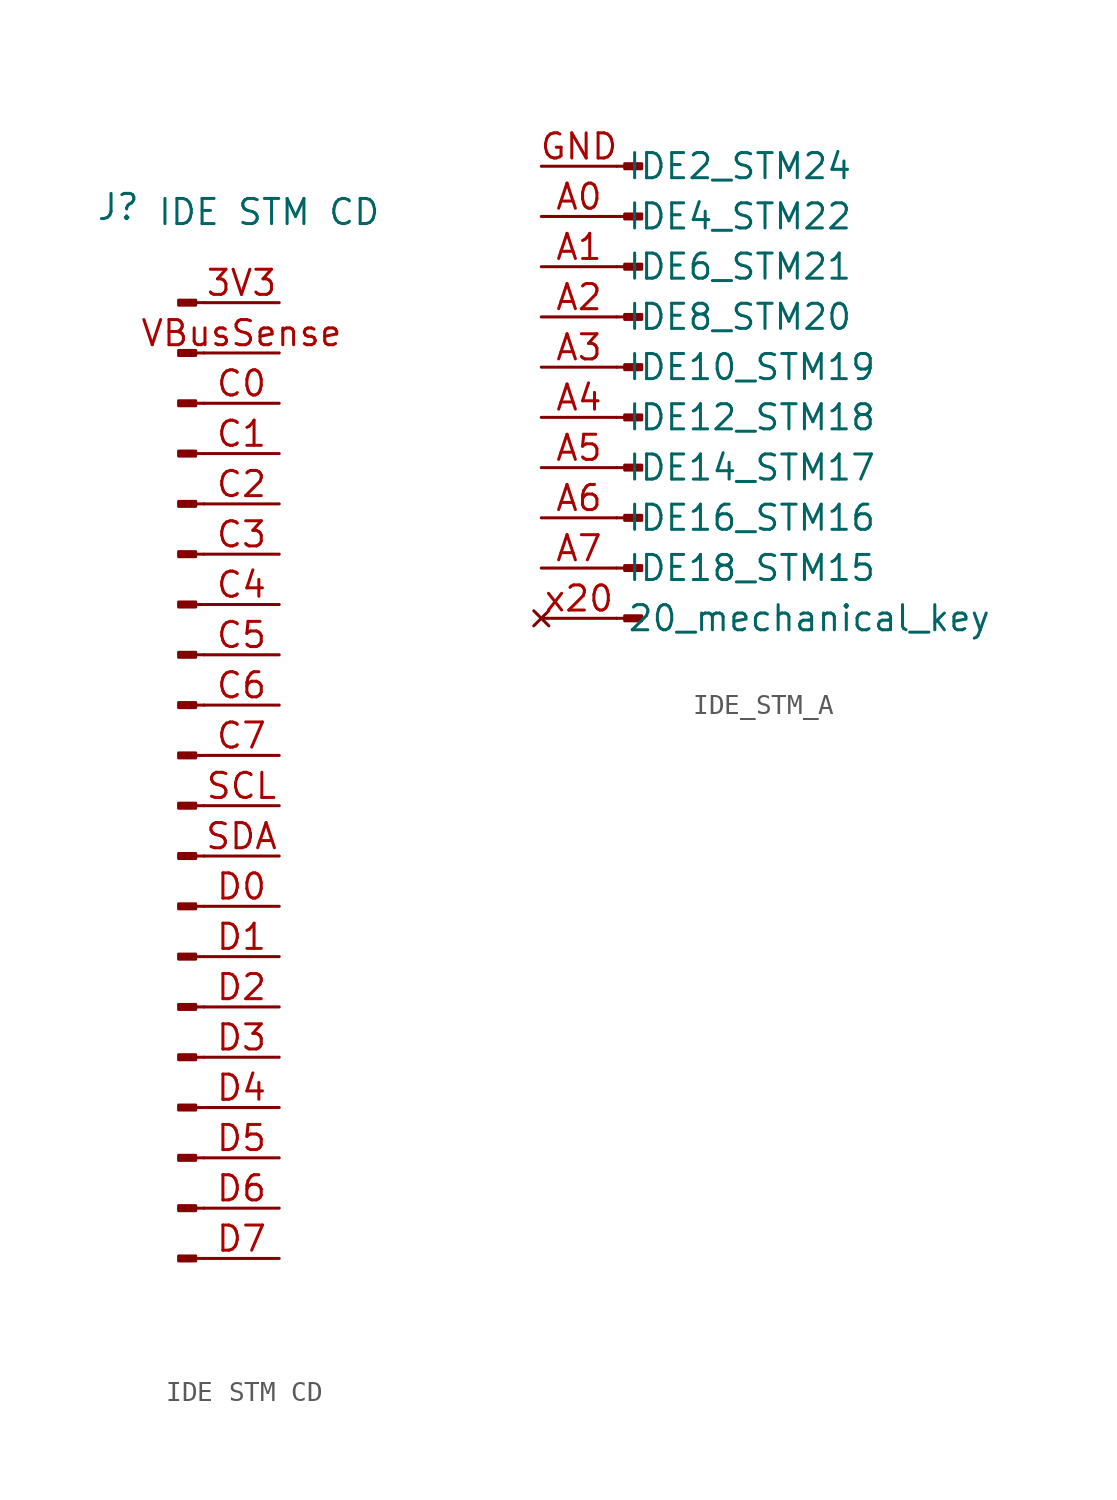
<source format=kicad_sym>
(kicad_symbol_lib
  (version 20231120)
  (generator "kicad_symbol_editor")
  (generator_version "8.0")
  (symbol "IDE STM CD"
    (pin_names
      (offset 1.016) hide)
    (property "Reference" "J"
      (at -8.128 4.826 0)
      (effects (font (size 1.27 1.27))))
    (property "Value" "IDE STM CD"
      (at -0.508 4.572 0)
      (effects (font (size 1.27 1.27))))
    (symbol "IDE STM CD_1_1"
      (rectangle (start -5.08 -48.133) (end -4.216 -48.387) (stroke (width 0.152) (type default)) (fill (type outline)))
      (rectangle (start -5.08 -45.593) (end -4.216 -45.847) (stroke (width 0.152) (type default)) (fill (type outline)))
      (rectangle (start -5.08 -43.053) (end -4.216 -43.307) (stroke (width 0.152) (type default)) (fill (type outline)))
      (rectangle (start -5.08 -40.513) (end -4.216 -40.767) (stroke (width 0.152) (type default)) (fill (type outline)))
      (rectangle (start -5.08 -37.973) (end -4.216 -38.227) (stroke (width 0.152) (type default)) (fill (type outline)))
      (rectangle (start -5.08 -35.433) (end -4.216 -35.687) (stroke (width 0.152) (type default)) (fill (type outline)))
      (rectangle (start -5.08 -32.893) (end -4.216 -33.147) (stroke (width 0.152) (type default)) (fill (type outline)))
      (rectangle (start -5.08 -30.353) (end -4.216 -30.607) (stroke (width 0.152) (type default)) (fill (type outline)))
      (rectangle (start -5.08 -27.813) (end -4.216 -28.067) (stroke (width 0.152) (type default)) (fill (type outline)))
      (rectangle (start -5.08 -25.273) (end -4.216 -25.527) (stroke (width 0.152) (type default)) (fill (type outline)))
      (rectangle (start -4.216 -22.733) (end -5.08 -22.987) (stroke (width 0.152) (type default)) (fill (type outline)))
      (rectangle (start -4.216 -20.193) (end -5.08 -20.447) (stroke (width 0.152) (type default)) (fill (type outline)))
      (rectangle (start -4.216 -17.653) (end -5.08 -17.907) (stroke (width 0.152) (type default)) (fill (type outline)))
      (rectangle (start -4.216 -15.113) (end -5.08 -15.367) (stroke (width 0.152) (type default)) (fill (type outline)))
      (rectangle (start -4.216 -12.573) (end -5.08 -12.827) (stroke (width 0.152) (type default)) (fill (type outline)))
      (rectangle (start -4.216 -10.033) (end -5.08 -10.287) (stroke (width 0.152) (type default)) (fill (type outline)))
      (rectangle (start -4.216 -7.493) (end -5.08 -7.747) (stroke (width 0.152) (type default)) (fill (type outline)))
      (rectangle (start -4.216 -4.953) (end -5.08 -5.207) (stroke (width 0.152) (type default)) (fill (type outline)))
      (rectangle (start -4.216 -2.413) (end -5.08 -2.667) (stroke (width 0.152) (type default)) (fill (type outline)))
      (rectangle (start -4.216 0.127) (end -5.08 -0.127) (stroke (width 0.152) (type default)) (fill (type outline)))
      (polyline (pts (xy -3.81 -48.26) (xy -4.216 -48.26)) (stroke (width 0.152) (type default)) (fill (type none)))
      (polyline (pts (xy -3.81 -45.72) (xy -4.216 -45.72)) (stroke (width 0.152) (type default)) (fill (type none)))
      (polyline (pts (xy -3.81 -43.18) (xy -4.216 -43.18)) (stroke (width 0.152) (type default)) (fill (type none)))
      (polyline (pts (xy -3.81 -40.64) (xy -4.216 -40.64)) (stroke (width 0.152) (type default)) (fill (type none)))
      (polyline (pts (xy -3.81 -38.1) (xy -4.216 -38.1)) (stroke (width 0.152) (type default)) (fill (type none)))
      (polyline (pts (xy -3.81 -35.56) (xy -4.216 -35.56)) (stroke (width 0.152) (type default)) (fill (type none)))
      (polyline (pts (xy -3.81 -33.02) (xy -4.216 -33.02)) (stroke (width 0.152) (type default)) (fill (type none)))
      (polyline (pts (xy -3.81 -30.48) (xy -4.216 -30.48)) (stroke (width 0.152) (type default)) (fill (type none)))
      (polyline (pts (xy -3.81 -27.94) (xy -4.216 -27.94)) (stroke (width 0.152) (type default)) (fill (type none)))
      (polyline (pts (xy -3.81 -25.4) (xy -4.216 -25.4)) (stroke (width 0.152) (type default)) (fill (type none)))
      (polyline (pts (xy -3.81 -22.86) (xy -4.216 -22.86)) (stroke (width 0.152) (type default)) (fill (type none)))
      (polyline (pts (xy -3.81 -20.32) (xy -4.216 -20.32)) (stroke (width 0.152) (type default)) (fill (type none)))
      (polyline (pts (xy -3.81 -17.78) (xy -4.216 -17.78)) (stroke (width 0.152) (type default)) (fill (type none)))
      (polyline (pts (xy -3.81 -15.24) (xy -4.216 -15.24)) (stroke (width 0.152) (type default)) (fill (type none)))
      (polyline (pts (xy -3.81 -12.7) (xy -4.216 -12.7)) (stroke (width 0.152) (type default)) (fill (type none)))
      (polyline (pts (xy -3.81 -10.16) (xy -4.216 -10.16)) (stroke (width 0.152) (type default)) (fill (type none)))
      (polyline (pts (xy -3.81 -7.62) (xy -4.216 -7.62)) (stroke (width 0.152) (type default)) (fill (type none)))
      (polyline (pts (xy -3.81 -5.08) (xy -4.216 -5.08)) (stroke (width 0.152) (type default)) (fill (type none)))
      (polyline (pts (xy -3.81 -2.54) (xy -4.216 -2.54)) (stroke (width 0.152) (type default)) (fill (type none)))
      (polyline (pts (xy -3.81 0) (xy -4.216 0)) (stroke (width 0.152) (type default)) (fill (type none)))
      (pin passive line (at 0 0 180) (length 3.81) (name "IDE1_STM23" (effects (font (size 1.27 1.27)))) (number "3V3" (effects (font (size 1.27 1.27)))))
      (pin passive line (at 0 -5.08 180) (length 3.81) (name "IDE5_STM25" (effects (font (size 1.27 1.27)))) (number "C0" (effects (font (size 1.27 1.27)))))
      (pin passive line (at 0 -7.62 180) (length 3.81) (name "IDE7_STM26" (effects (font (size 1.27 1.27)))) (number "C1" (effects (font (size 1.27 1.27)))))
      (pin passive line (at 0 -10.16 180) (length 3.81) (name "IDE9_STM27" (effects (font (size 1.27 1.27)))) (number "C2" (effects (font (size 1.27 1.27)))))
      (pin passive line (at 0 -12.7 180) (length 3.81) (name "IDE11_STM28" (effects (font (size 1.27 1.27)))) (number "C3" (effects (font (size 1.27 1.27)))))
      (pin passive line (at 0 -15.24 180) (length 3.81) (name "IDE13_STM29" (effects (font (size 1.27 1.27)))) (number "C4" (effects (font (size 1.27 1.27)))))
      (pin passive line (at 0 -17.78 180) (length 3.81) (name "IDE15_STM30" (effects (font (size 1.27 1.27)))) (number "C5" (effects (font (size 1.27 1.27)))))
      (pin passive line (at 0 -20.32 180) (length 3.81) (name "IDE17_STM31" (effects (font (size 1.27 1.27)))) (number "C6" (effects (font (size 1.27 1.27)))))
      (pin passive line (at 0 -22.86 180) (length 3.81) (name "IDE19_STM32" (effects (font (size 1.27 1.27)))) (number "C7" (effects (font (size 1.27 1.27)))))
      (pin passive line (at 0 -30.48 180) (length 3.81) (name "IDE35_STM42" (effects (font (size 1.27 1.27)))) (number "D0" (effects (font (size 1.27 1.27)))))
      (pin passive line (at 0 -33.02 180) (length 3.81) (name "IDE33_STM41" (effects (font (size 1.27 1.27)))) (number "D1" (effects (font (size 1.27 1.27)))))
      (pin passive line (at 0 -35.56 180) (length 3.81) (name "IDE31_STM40" (effects (font (size 1.27 1.27)))) (number "D2" (effects (font (size 1.27 1.27)))))
      (pin passive line (at 0 -38.1 180) (length 3.81) (name "IDE29_STM39" (effects (font (size 1.27 1.27)))) (number "D3" (effects (font (size 1.27 1.27)))))
      (pin passive line (at 0 -40.64 180) (length 3.81) (name "IDE27_STM38" (effects (font (size 1.27 1.27)))) (number "D4" (effects (font (size 1.27 1.27)))))
      (pin passive line (at 0 -43.18 180) (length 3.81) (name "IDE25_STM37" (effects (font (size 1.27 1.27)))) (number "D5" (effects (font (size 1.27 1.27)))))
      (pin passive line (at 0 -45.72 180) (length 3.81) (name "IDE23_STM34" (effects (font (size 1.27 1.27)))) (number "D6" (effects (font (size 1.27 1.27)))))
      (pin passive line (at 0 -48.26 180) (length 3.81) (name "IDE21_STM33" (effects (font (size 1.27 1.27)))) (number "D7" (effects (font (size 1.27 1.27)))))
      (pin passive line (at 0 -25.4 180) (length 3.81) (name "IDE39_STM45" (effects (font (size 1.27 1.27)))) (number "SCL" (effects (font (size 1.27 1.27)))))
      (pin passive line (at 0 -27.94 180) (length 3.81) (name "IDE37_STM46" (effects (font (size 1.27 1.27)))) (number "SDA" (effects (font (size 1.27 1.27)))))
      (pin passive line (at 0 -2.54 180) (length 3.81) (name "IDE3_STM43" (effects (font (size 1.27 1.27)))) (number "VBusSense" (effects (font (size 1.27 1.27)))))))
  (symbol "IDE_STM_A"
    (property "Reference" "IDE_STM_A"
      (at 0 3.81 0)
      (effects (font (size 1.27 1.27)) (hide yes)))
    (property "Value" ""
      (at 0 0 0)
      (effects (font (size 1.27 1.27))))
    (symbol "IDE_STM_A_1_1"
      (polyline (pts (xy 3.81 -22.86) (xy 4.216 -22.86)) (stroke (width 0.152) (type default)) (fill (type none)))
      (polyline (pts (xy 3.81 -20.32) (xy 4.216 -20.32)) (stroke (width 0.152) (type default)) (fill (type none)))
      (polyline (pts (xy 3.81 -17.78) (xy 4.216 -17.78)) (stroke (width 0.152) (type default)) (fill (type none)))
      (polyline (pts (xy 3.81 -15.24) (xy 4.216 -15.24)) (stroke (width 0.152) (type default)) (fill (type none)))
      (polyline (pts (xy 3.81 -12.7) (xy 4.216 -12.7)) (stroke (width 0.152) (type default)) (fill (type none)))
      (polyline (pts (xy 3.81 -10.16) (xy 4.216 -10.16)) (stroke (width 0.152) (type default)) (fill (type none)))
      (polyline (pts (xy 3.81 -7.62) (xy 4.216 -7.62)) (stroke (width 0.152) (type default)) (fill (type none)))
      (polyline (pts (xy 3.81 -5.08) (xy 4.216 -5.08)) (stroke (width 0.152) (type default)) (fill (type none)))
      (polyline (pts (xy 3.81 -2.54) (xy 4.216 -2.54)) (stroke (width 0.152) (type default)) (fill (type none)))
      (polyline (pts (xy 3.81 0) (xy 4.216 0)) (stroke (width 0.152) (type default)) (fill (type none)))
      (rectangle (start 5.08 -22.987) (end 4.216 -22.733) (stroke (width 0.152) (type default)) (fill (type outline)))
      (rectangle (start 5.08 -20.447) (end 4.216 -20.193) (stroke (width 0.152) (type default)) (fill (type outline)))
      (rectangle (start 5.08 -17.907) (end 4.216 -17.653) (stroke (width 0.152) (type default)) (fill (type outline)))
      (rectangle (start 5.08 -15.367) (end 4.216 -15.113) (stroke (width 0.152) (type default)) (fill (type outline)))
      (rectangle (start 5.08 -12.827) (end 4.216 -12.573) (stroke (width 0.152) (type default)) (fill (type outline)))
      (rectangle (start 5.08 -10.287) (end 4.216 -10.033) (stroke (width 0.152) (type default)) (fill (type outline)))
      (rectangle (start 5.08 -7.747) (end 4.216 -7.493) (stroke (width 0.152) (type default)) (fill (type outline)))
      (rectangle (start 5.08 -5.207) (end 4.216 -4.953) (stroke (width 0.152) (type default)) (fill (type outline)))
      (rectangle (start 5.08 -2.667) (end 4.216 -2.413) (stroke (width 0.152) (type default)) (fill (type outline)))
      (rectangle (start 5.08 -0.127) (end 4.216 0.127) (stroke (width 0.152) (type default)) (fill (type outline)))
      (pin passive line (at 0 -2.54 0) (length 3.81) (name "IDE4_STM22" (effects (font (size 1.27 1.27)))) (number "A0" (effects (font (size 1.27 1.27)))))
      (pin passive line (at 0 -5.08 0) (length 3.81) (name "IDE6_STM21" (effects (font (size 1.27 1.27)))) (number "A1" (effects (font (size 1.27 1.27)))))
      (pin passive line (at 0 -7.62 0) (length 3.81) (name "IDE8_STM20" (effects (font (size 1.27 1.27)))) (number "A2" (effects (font (size 1.27 1.27)))))
      (pin passive line (at 0 -10.16 0) (length 3.81) (name "IDE10_STM19" (effects (font (size 1.27 1.27)))) (number "A3" (effects (font (size 1.27 1.27)))))
      (pin passive line (at 0 -12.7 0) (length 3.81) (name "IDE12_STM18" (effects (font (size 1.27 1.27)))) (number "A4" (effects (font (size 1.27 1.27)))))
      (pin passive line (at 0 -15.24 0) (length 3.81) (name "IDE14_STM17" (effects (font (size 1.27 1.27)))) (number "A5" (effects (font (size 1.27 1.27)))))
      (pin passive line (at 0 -17.78 0) (length 3.81) (name "IDE16_STM16" (effects (font (size 1.27 1.27)))) (number "A6" (effects (font (size 1.27 1.27)))))
      (pin passive line (at 0 -20.32 0) (length 3.81) (name "IDE18_STM15" (effects (font (size 1.27 1.27)))) (number "A7" (effects (font (size 1.27 1.27)))))
      (pin passive line (at 0 0 0) (length 3.81) (name "IDE2_STM24" (effects (font (size 1.27 1.27)))) (number "GND" (effects (font (size 1.27 1.27)))))
      (pin no_connect line (at 0 -22.86 0) (length 3.81) (name "20_mechanical_key" (effects (font (size 1.27 1.27)))) (number "x20" (effects (font (size 1.27 1.27))))))))
</source>
